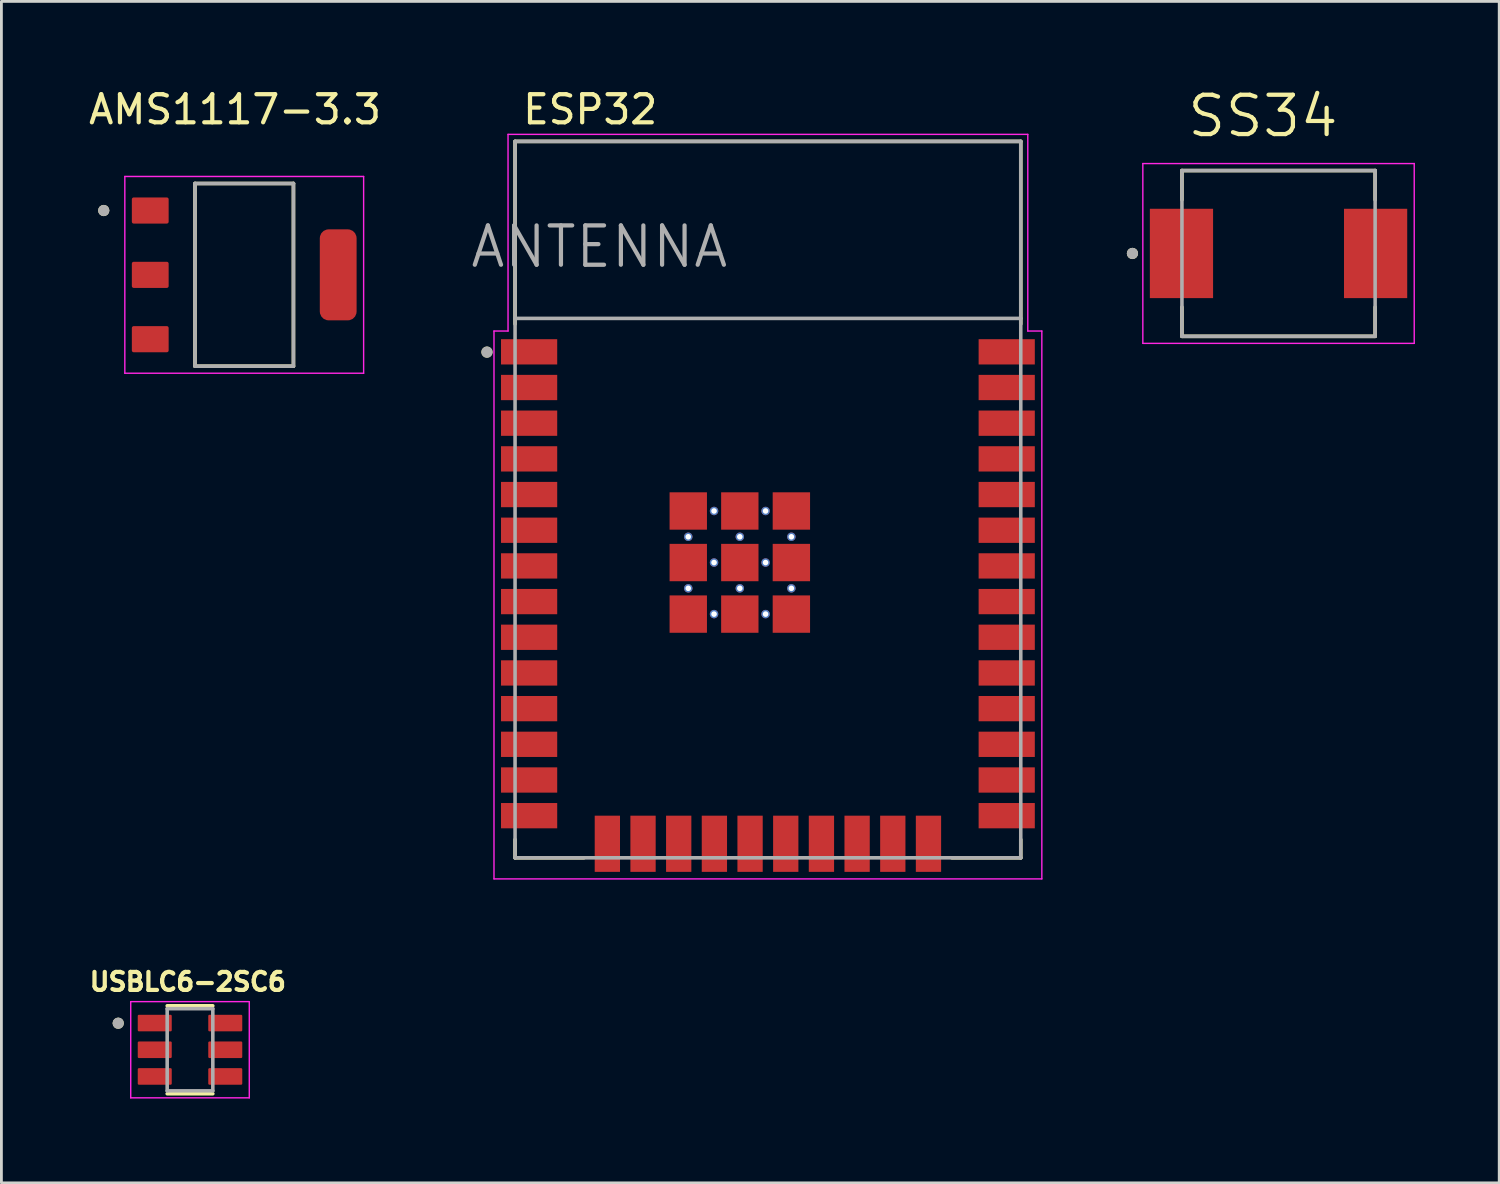
<source format=kicad_pcb>
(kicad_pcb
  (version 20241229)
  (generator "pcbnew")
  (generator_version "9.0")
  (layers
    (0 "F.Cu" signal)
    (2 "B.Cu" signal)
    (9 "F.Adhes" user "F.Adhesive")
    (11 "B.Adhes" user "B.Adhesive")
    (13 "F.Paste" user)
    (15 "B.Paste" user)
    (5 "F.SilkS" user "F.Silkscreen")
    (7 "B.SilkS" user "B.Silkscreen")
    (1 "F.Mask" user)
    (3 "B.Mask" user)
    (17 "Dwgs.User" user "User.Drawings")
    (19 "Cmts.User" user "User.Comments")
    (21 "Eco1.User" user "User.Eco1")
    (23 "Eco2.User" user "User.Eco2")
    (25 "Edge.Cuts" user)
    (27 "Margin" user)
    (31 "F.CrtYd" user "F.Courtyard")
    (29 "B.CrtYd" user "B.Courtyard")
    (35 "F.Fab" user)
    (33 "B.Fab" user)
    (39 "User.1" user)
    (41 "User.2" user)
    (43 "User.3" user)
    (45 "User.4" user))
  (footprint "USBLC6-2SC6"
    (layer "F.Cu")
    (at 3.713 34.315)
    (property "Reference" "USBLC6-2SC6" (at -0.078 -2.419 0) (layer "F.SilkS") (effects (font (size 0.64 0.64) (thickness 0.15))))
    (attr smd)
    (fp_line (start 0.812 -1.565) (end -0.812 -1.565) (stroke (width 0.127) (type solid)) (layer "F.SilkS"))
    (fp_line (start 0.812 1.565) (end -0.812 1.565) (stroke (width 0.127) (type solid)) (layer "F.SilkS"))
    (fp_circle (center -2.555 -0.945) (end -2.455 -0.945) (stroke (width 0.2) (type solid)) (fill no) (layer "F.SilkS"))
    (fp_line (start -2.11 -1.712) (end -2.11 1.712) (stroke (width 0.05) (type solid)) (layer "F.CrtYd"))
    (fp_line (start -2.11 1.712) (end 2.11 1.712) (stroke (width 0.05) (type solid)) (layer "F.CrtYd"))
    (fp_line (start 2.11 -1.712) (end -2.11 -1.712) (stroke (width 0.05) (type solid)) (layer "F.CrtYd"))
    (fp_line (start 2.11 1.712) (end 2.11 -1.712) (stroke (width 0.05) (type solid)) (layer "F.CrtYd"))
    (fp_line (start -0.812 -1.462) (end 0.812 -1.462) (stroke (width 0.127) (type solid)) (layer "F.Fab"))
    (fp_line (start -0.812 1.462) (end -0.812 -1.462) (stroke (width 0.127) (type solid)) (layer "F.Fab"))
    (fp_line (start 0.812 -1.462) (end 0.812 1.462) (stroke (width 0.127) (type solid)) (layer "F.Fab"))
    (fp_line (start 0.812 1.462) (end -0.812 1.462) (stroke (width 0.127) (type solid)) (layer "F.Fab"))
    (fp_circle (center -2.555 -0.945) (end -2.455 -0.945) (stroke (width 0.2) (type solid)) (fill no) (layer "F.Fab"))
    (pad "1" smd roundrect (at -1.255 -0.95) (size 1.21 0.59) (layers "F.Cu" "F.Mask" "F.Paste") (roundrect_rratio 0.07))
    (pad "2" smd roundrect (at -1.255 0) (size 1.21 0.59) (layers "F.Cu" "F.Mask" "F.Paste") (roundrect_rratio 0.07))
    (pad "3" smd roundrect (at -1.255 0.95) (size 1.21 0.59) (layers "F.Cu" "F.Mask" "F.Paste") (roundrect_rratio 0.07))
    (pad "4" smd roundrect (at 1.255 0.95) (size 1.21 0.59) (layers "F.Cu" "F.Mask" "F.Paste") (roundrect_rratio 0.07))
    (pad "5" smd roundrect (at 1.255 0) (size 1.21 0.59) (layers "F.Cu" "F.Mask" "F.Paste") (roundrect_rratio 0.07))
    (pad "6" smd roundrect (at 1.255 -0.95) (size 1.21 0.59) (layers "F.Cu" "F.Mask" "F.Paste") (roundrect_rratio 0.07)))
  (footprint "ESP32"
    (layer "F.Cu")
    (at 24.283 14.733)
    (property "Reference" "ESP32" (at -6.325 -13.885 0) (layer "F.SilkS") (effects (font (size 1 1) (thickness 0.15))))
    (attr smd)
    (fp_line (start -9 -12.75) (end 9 -12.75) (stroke (width 0.127) (type solid)) (layer "F.SilkS"))
    (fp_line (start -9 -6.25) (end -9 -12.75) (stroke (width 0.127) (type solid)) (layer "F.SilkS"))
    (fp_line (start -9 12.1) (end -9 12.75) (stroke (width 0.127) (type solid)) (layer "F.SilkS"))
    (fp_line (start -9 12.75) (end -6.55 12.75) (stroke (width 0.127) (type solid)) (layer "F.SilkS"))
    (fp_line (start 6.55 12.75) (end 9 12.75) (stroke (width 0.127) (type solid)) (layer "F.SilkS"))
    (fp_line (start 9 -12.75) (end 9 -6.25) (stroke (width 0.127) (type solid)) (layer "F.SilkS"))
    (fp_line (start 9 12.75) (end 9 12.1) (stroke (width 0.127) (type solid)) (layer "F.SilkS"))
    (fp_circle (center -10 -5.25) (end -9.9 -5.25) (stroke (width 0.2) (type solid)) (fill no) (layer "F.SilkS"))
    (fp_line (start -9.75 -6) (end -9.25 -6) (stroke (width 0.05) (type solid)) (layer "F.CrtYd"))
    (fp_line (start -9.75 13.5) (end -9.75 -6) (stroke (width 0.05) (type solid)) (layer "F.CrtYd"))
    (fp_line (start -9.25 -13) (end 9.25 -13) (stroke (width 0.05) (type solid)) (layer "F.CrtYd"))
    (fp_line (start -9.25 -6) (end -9.25 -13) (stroke (width 0.05) (type solid)) (layer "F.CrtYd"))
    (fp_line (start 9.25 -13) (end 9.25 -6) (stroke (width 0.05) (type solid)) (layer "F.CrtYd"))
    (fp_line (start 9.25 -6) (end 9.75 -6) (stroke (width 0.05) (type solid)) (layer "F.CrtYd"))
    (fp_line (start 9.75 -6) (end 9.75 13.5) (stroke (width 0.05) (type solid)) (layer "F.CrtYd"))
    (fp_line (start 9.75 13.5) (end -9.75 13.5) (stroke (width 0.05) (type solid)) (layer "F.CrtYd"))
    (fp_line (start -9 -12.75) (end -9 -6.45) (stroke (width 0.127) (type solid)) (layer "F.Fab"))
    (fp_line (start -9 -12.75) (end 9 -12.75) (stroke (width 0.127) (type solid)) (layer "F.Fab"))
    (fp_line (start -9 -6.45) (end 9 -6.45) (stroke (width 0.127) (type solid)) (layer "F.Fab"))
    (fp_line (start -9 12.75) (end -9 -6.45) (stroke (width 0.127) (type solid)) (layer "F.Fab"))
    (fp_line (start 9 -12.75) (end 9 -6.45) (stroke (width 0.127) (type solid)) (layer "F.Fab"))
    (fp_line (start 9 -6.45) (end 9 12.75) (stroke (width 0.127) (type solid)) (layer "F.Fab"))
    (fp_line (start 9 12.75) (end -9 12.75) (stroke (width 0.127) (type solid)) (layer "F.Fab"))
    (fp_circle (center -10 -5.25) (end -9.9 -5.25) (stroke (width 0.2) (type solid)) (fill no) (layer "F.Fab"))
    (fp_text user "ANTENNA" (at -6 -9 0) (layer "F.Fab") (effects (font (size 1.4 1.4) (thickness 0.15))))
    (pad "1" smd rect (at -8.5 -5.26) (size 2 0.9) (layers "F.Cu" "F.Mask" "F.Paste"))
    (pad "2" smd rect (at -8.5 -3.99) (size 2 0.9) (layers "F.Cu" "F.Mask" "F.Paste"))
    (pad "3" smd rect (at -8.5 -2.72) (size 2 0.9) (layers "F.Cu" "F.Mask" "F.Paste"))
    (pad "4" smd rect (at -8.5 -1.45) (size 2 0.9) (layers "F.Cu" "F.Mask" "F.Paste"))
    (pad "5" smd rect (at -8.5 -0.18) (size 2 0.9) (layers "F.Cu" "F.Mask" "F.Paste"))
    (pad "6" smd rect (at -8.5 1.09) (size 2 0.9) (layers "F.Cu" "F.Mask" "F.Paste"))
    (pad "7" smd rect (at -8.5 2.36) (size 2 0.9) (layers "F.Cu" "F.Mask" "F.Paste"))
    (pad "8" smd rect (at -8.5 3.63) (size 2 0.9) (layers "F.Cu" "F.Mask" "F.Paste"))
    (pad "9" smd rect (at -8.5 4.9) (size 2 0.9) (layers "F.Cu" "F.Mask" "F.Paste"))
    (pad "10" smd rect (at -8.5 6.17) (size 2 0.9) (layers "F.Cu" "F.Mask" "F.Paste"))
    (pad "11" smd rect (at -8.5 7.44) (size 2 0.9) (layers "F.Cu" "F.Mask" "F.Paste"))
    (pad "12" smd rect (at -8.5 8.71) (size 2 0.9) (layers "F.Cu" "F.Mask" "F.Paste"))
    (pad "13" smd rect (at -8.5 9.98) (size 2 0.9) (layers "F.Cu" "F.Mask" "F.Paste"))
    (pad "14" smd rect (at -8.5 11.25) (size 2 0.9) (layers "F.Cu" "F.Mask" "F.Paste"))
    (pad "15" smd rect (at -5.715 12.25) (size 0.9 2) (layers "F.Cu" "F.Mask" "F.Paste"))
    (pad "16" smd rect (at -4.445 12.25) (size 0.9 2) (layers "F.Cu" "F.Mask" "F.Paste"))
    (pad "17" smd rect (at -3.175 12.25) (size 0.9 2) (layers "F.Cu" "F.Mask" "F.Paste"))
    (pad "18" smd rect (at -1.905 12.25) (size 0.9 2) (layers "F.Cu" "F.Mask" "F.Paste"))
    (pad "19" smd rect (at -0.635 12.25) (size 0.9 2) (layers "F.Cu" "F.Mask" "F.Paste"))
    (pad "20" smd rect (at 0.635 12.25) (size 0.9 2) (layers "F.Cu" "F.Mask" "F.Paste"))
    (pad "21" smd rect (at 1.905 12.25) (size 0.9 2) (layers "F.Cu" "F.Mask" "F.Paste"))
    (pad "22" smd rect (at 3.175 12.25) (size 0.9 2) (layers "F.Cu" "F.Mask" "F.Paste"))
    (pad "23" smd rect (at 4.445 12.25) (size 0.9 2) (layers "F.Cu" "F.Mask" "F.Paste"))
    (pad "24" smd rect (at 5.715 12.25) (size 0.9 2) (layers "F.Cu" "F.Mask" "F.Paste"))
    (pad "25" smd rect (at 8.5 11.25) (size 2 0.9) (layers "F.Cu" "F.Mask" "F.Paste"))
    (pad "26" smd rect (at 8.5 9.98) (size 2 0.9) (layers "F.Cu" "F.Mask" "F.Paste"))
    (pad "27" smd rect (at 8.5 8.71) (size 2 0.9) (layers "F.Cu" "F.Mask" "F.Paste"))
    (pad "28" smd rect (at 8.5 7.44) (size 2 0.9) (layers "F.Cu" "F.Mask" "F.Paste"))
    (pad "29" smd rect (at 8.5 6.17) (size 2 0.9) (layers "F.Cu" "F.Mask" "F.Paste"))
    (pad "30" smd rect (at 8.5 4.9) (size 2 0.9) (layers "F.Cu" "F.Mask" "F.Paste"))
    (pad "31" smd rect (at 8.5 3.63) (size 2 0.9) (layers "F.Cu" "F.Mask" "F.Paste"))
    (pad "32" smd rect (at 8.5 2.36) (size 2 0.9) (layers "F.Cu" "F.Mask" "F.Paste"))
    (pad "33" smd rect (at 8.5 1.09) (size 2 0.9) (layers "F.Cu" "F.Mask" "F.Paste"))
    (pad "34" smd rect (at 8.5 -0.18) (size 2 0.9) (layers "F.Cu" "F.Mask" "F.Paste"))
    (pad "35" smd rect (at 8.5 -1.45) (size 2 0.9) (layers "F.Cu" "F.Mask" "F.Paste"))
    (pad "36" smd rect (at 8.5 -2.72) (size 2 0.9) (layers "F.Cu" "F.Mask" "F.Paste"))
    (pad "37" smd rect (at 8.5 -3.99) (size 2 0.9) (layers "F.Cu" "F.Mask" "F.Paste"))
    (pad "38" smd rect (at 8.5 -5.26) (size 2 0.9) (layers "F.Cu" "F.Mask" "F.Paste"))
    (pad "39_1" smd rect (at -2.835 0.405) (size 1.33 1.33) (layers "F.Cu" "F.Mask" "F.Paste"))
    (pad "39_2" smd rect (at -1 0.405) (size 1.33 1.33) (layers "F.Cu" "F.Mask" "F.Paste"))
    (pad "39_3" smd rect (at 0.835 0.405) (size 1.33 1.33) (layers "F.Cu" "F.Mask" "F.Paste"))
    (pad "39_4" smd rect (at -2.835 2.24) (size 1.33 1.33) (layers "F.Cu" "F.Mask" "F.Paste"))
    (pad "39_5" smd rect (at -1 2.24) (size 1.33 1.33) (layers "F.Cu" "F.Mask" "F.Paste"))
    (pad "39_6" smd rect (at 0.835 2.24) (size 1.33 1.33) (layers "F.Cu" "F.Mask" "F.Paste"))
    (pad "39_7" smd rect (at -2.835 4.075) (size 1.33 1.33) (layers "F.Cu" "F.Mask" "F.Paste"))
    (pad "39_8" smd rect (at -1 4.075) (size 1.33 1.33) (layers "F.Cu" "F.Mask" "F.Paste"))
    (pad "39_9" smd rect (at 0.835 4.075) (size 1.33 1.33) (layers "F.Cu" "F.Mask" "F.Paste"))
    (pad "39_10" thru_hole circle (at -1.917 0.405) (size 0.3 0.3) (drill 0.2) (layers "*.Cu" "*.Mask"))
    (pad "39_11" thru_hole circle (at -0.083 0.405) (size 0.3 0.3) (drill 0.2) (layers "*.Cu" "*.Mask"))
    (pad "39_12" thru_hole circle (at -2.835 1.323) (size 0.3 0.3) (drill 0.2) (layers "*.Cu" "*.Mask"))
    (pad "39_13" thru_hole circle (at -1 1.323) (size 0.3 0.3) (drill 0.2) (layers "*.Cu" "*.Mask"))
    (pad "39_14" thru_hole circle (at 0.835 1.323) (size 0.3 0.3) (drill 0.2) (layers "*.Cu" "*.Mask"))
    (pad "39_15" thru_hole circle (at -1.917 2.24) (size 0.3 0.3) (drill 0.2) (layers "*.Cu" "*.Mask"))
    (pad "39_16" thru_hole circle (at -0.083 2.24) (size 0.3 0.3) (drill 0.2) (layers "*.Cu" "*.Mask"))
    (pad "39_17" thru_hole circle (at -2.835 3.158) (size 0.3 0.3) (drill 0.2) (layers "*.Cu" "*.Mask"))
    (pad "39_18" thru_hole circle (at -1 3.158) (size 0.3 0.3) (drill 0.2) (layers "*.Cu" "*.Mask"))
    (pad "39_19" thru_hole circle (at 0.835 3.158) (size 0.3 0.3) (drill 0.2) (layers "*.Cu" "*.Mask"))
    (pad "39_20" thru_hole circle (at -1.917 4.075) (size 0.3 0.3) (drill 0.2) (layers "*.Cu" "*.Mask"))
    (pad "39_21" thru_hole circle (at -0.083 4.075) (size 0.3 0.3) (drill 0.2) (layers "*.Cu" "*.Mask"))
    (zone (net_name "") (layer "F.Cu") (hatch full 0.508) (connect_pads) (min_thickness 0.01) (filled_areas_thickness no) (keepout (tracks not_allowed) (vias not_allowed) (pads not_allowed) (copperpour not_allowed) (footprints allowed)) (placement (enabled no)) (fill) (polygon (pts (xy 15.283 1.983) (xy 33.283 1.983) (xy 33.283 8.283) (xy 15.283 8.283))))
    (zone (net_name "") (layers "F.Cu" "B.Cu") (hatch full 0.508) (connect_pads) (min_thickness 0.01) (filled_areas_thickness no) (keepout (tracks allowed) (vias not_allowed) (pads allowed) (copperpour allowed) (footprints allowed)) (placement (enabled no)) (fill) (polygon (pts (xy 15.283 1.983) (xy 33.283 1.983) (xy 33.283 8.283) (xy 15.283 8.283))))
    (zone (net_name "") (layer "B.Cu") (hatch full 0.508) (connect_pads) (min_thickness 0.01) (filled_areas_thickness no) (keepout (tracks not_allowed) (vias not_allowed) (pads not_allowed) (copperpour not_allowed) (footprints allowed)) (placement (enabled no)) (fill) (polygon (pts (xy 15.283 1.983) (xy 33.283 1.983) (xy 33.283 8.283) (xy 15.283 8.283)))))
  (footprint "AMS1117-3.3"
    (layer "F.Cu")
    (at 5.643 6.733)
    (property "Reference" "AMS1117-3.3" (at -0.328 -5.885 0) (layer "F.SilkS") (effects (font (size 1 1) (thickness 0.15))))
    (attr smd)
    (fp_line (start -1.752 -3.252) (end 1.752 -3.252) (stroke (width 0.127) (type solid)) (layer "F.SilkS"))
    (fp_line (start -1.752 3.252) (end -1.752 -3.252) (stroke (width 0.127) (type solid)) (layer "F.SilkS"))
    (fp_line (start 1.752 -3.252) (end 1.752 3.252) (stroke (width 0.127) (type solid)) (layer "F.SilkS"))
    (fp_line (start 1.752 3.252) (end -1.752 3.252) (stroke (width 0.127) (type solid)) (layer "F.SilkS"))
    (fp_circle (center -5 -2.29) (end -4.9 -2.29) (stroke (width 0.2) (type solid)) (fill no) (layer "F.SilkS"))
    (fp_line (start -4.25 -3.502) (end -4.25 3.502) (stroke (width 0.05) (type solid)) (layer "F.CrtYd"))
    (fp_line (start -4.25 3.502) (end 4.25 3.502) (stroke (width 0.05) (type solid)) (layer "F.CrtYd"))
    (fp_line (start 4.25 -3.502) (end -4.25 -3.502) (stroke (width 0.05) (type solid)) (layer "F.CrtYd"))
    (fp_line (start 4.25 3.502) (end 4.25 -3.502) (stroke (width 0.05) (type solid)) (layer "F.CrtYd"))
    (fp_line (start -1.752 -3.252) (end 1.752 -3.252) (stroke (width 0.127) (type solid)) (layer "F.Fab"))
    (fp_line (start -1.752 3.252) (end -1.752 -3.252) (stroke (width 0.127) (type solid)) (layer "F.Fab"))
    (fp_line (start 1.752 -3.252) (end 1.752 3.252) (stroke (width 0.127) (type solid)) (layer "F.Fab"))
    (fp_line (start 1.752 3.252) (end -1.752 3.252) (stroke (width 0.127) (type solid)) (layer "F.Fab"))
    (fp_circle (center -5 -2.29) (end -4.9 -2.29) (stroke (width 0.2) (type solid)) (fill no) (layer "F.Fab"))
    (pad "1" smd roundrect (at -3.345 -2.29) (size 1.31 0.93) (layers "F.Cu" "F.Mask" "F.Paste") (roundrect_rratio 0.07))
    (pad "2" smd roundrect (at -3.345 0) (size 1.31 0.93) (layers "F.Cu" "F.Mask" "F.Paste") (roundrect_rratio 0.07))
    (pad "3" smd roundrect (at -3.345 2.29) (size 1.31 0.93) (layers "F.Cu" "F.Mask" "F.Paste") (roundrect_rratio 0.07))
    (pad "4" smd roundrect (at 3.345 0) (size 1.31 3.24) (layers "F.Cu" "F.Mask" "F.Paste") (roundrect_rratio 0.24)))
  (footprint "SS34"
    (layer "F.Cu")
    (at 42.458 5.971)
    (property "Reference" "SS34" (at -0.555 -4.889 0) (layer "F.SilkS") (effects (font (size 1.4 1.4) (thickness 0.15))))
    (attr smd)
    (fp_line (start -3.438 -2.95) (end -3.438 -1.91) (stroke (width 0.127) (type solid)) (layer "F.SilkS"))
    (fp_line (start -3.438 1.91) (end -3.438 2.95) (stroke (width 0.127) (type solid)) (layer "F.SilkS"))
    (fp_line (start -3.438 2.95) (end 3.438 2.95) (stroke (width 0.127) (type solid)) (layer "F.SilkS"))
    (fp_line (start 3.438 -2.95) (end -3.438 -2.95) (stroke (width 0.127) (type solid)) (layer "F.SilkS"))
    (fp_line (start 3.438 -1.91) (end 3.438 -2.95) (stroke (width 0.127) (type solid)) (layer "F.SilkS"))
    (fp_line (start 3.438 2.95) (end 3.438 1.91) (stroke (width 0.127) (type solid)) (layer "F.SilkS"))
    (fp_circle (center -5.2 0) (end -5.1 0) (stroke (width 0.2) (type solid)) (fill no) (layer "F.SilkS"))
    (fp_line (start -4.83 -3.2) (end -4.83 3.2) (stroke (width 0.05) (type solid)) (layer "F.CrtYd"))
    (fp_line (start -4.83 3.2) (end 4.83 3.2) (stroke (width 0.05) (type solid)) (layer "F.CrtYd"))
    (fp_line (start 4.83 -3.2) (end -4.83 -3.2) (stroke (width 0.05) (type solid)) (layer "F.CrtYd"))
    (fp_line (start 4.83 3.2) (end 4.83 -3.2) (stroke (width 0.05) (type solid)) (layer "F.CrtYd"))
    (fp_line (start -3.438 -2.95) (end -3.438 2.95) (stroke (width 0.127) (type solid)) (layer "F.Fab"))
    (fp_line (start -3.438 2.95) (end 3.438 2.95) (stroke (width 0.127) (type solid)) (layer "F.Fab"))
    (fp_line (start 3.438 -2.95) (end -3.438 -2.95) (stroke (width 0.127) (type solid)) (layer "F.Fab"))
    (fp_line (start 3.438 2.95) (end 3.438 -2.95) (stroke (width 0.127) (type solid)) (layer "F.Fab"))
    (fp_circle (center -5.2 0) (end -5.1 0) (stroke (width 0.2) (type solid)) (fill no) (layer "F.Fab"))
    (pad "A" smd rect (at 3.455 0 180) (size 2.25 3.18) (layers "F.Cu" "F.Mask" "F.Paste"))
    (pad "C" smd rect (at -3.455 0) (size 2.25 3.18) (layers "F.Cu" "F.Mask" "F.Paste")))
  (gr_rect
    (start -3 -3)
    (end 50.313 39.052)
    (stroke (width 0.1) (type default))
    (fill no)
    (layer "Edge.Cuts")))
</source>
